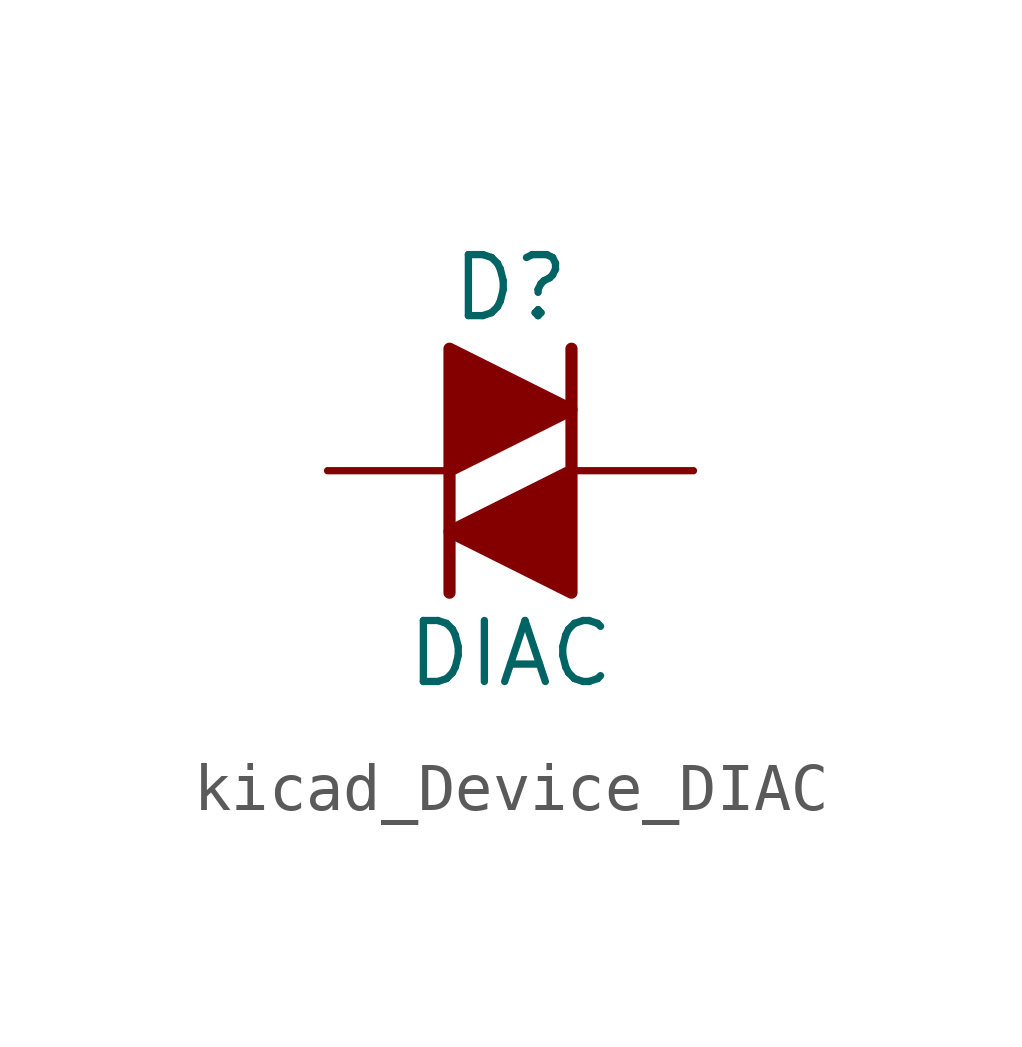
<source format=kicad_sym>
(kicad_symbol_lib
  (version 20220914)
  (generator kicad_symbol_editor)
  (symbol "kicad_Device_DIAC"
    (pin_numbers hide)
    (pin_names
      (offset 1.016) hide)
    (property "Reference" "D"
      (at 0 3.81 0)
      (effects (font (size 1.27 1.27))))
    (property "Value" "DIAC"
      (at 0 -3.81 0)
      (effects (font (size 1.27 1.27))))
    (symbol "kicad_Device_DIAC_0_1"
      (polyline (pts (xy -1.27 -2.54) (xy -1.27 2.54) (xy 1.27 1.27) (xy -1.27 0)) (stroke (width 0.254) (type default)) (fill (type outline)))
      (polyline (pts (xy 1.27 2.54) (xy 1.27 -2.54) (xy -1.27 -1.27) (xy 1.27 0)) (stroke (width 0.254) (type default)) (fill (type outline))))
    (symbol "kicad_Device_DIAC_1_1"
      (pin passive line (at -3.81 0 0) (length 2.54) (name "K" (effects (font (size 1.27 1.27)))) (number "1" (effects (font (size 1.27 1.27)))))
      (pin passive line (at 3.81 0 180) (length 2.54) (name "A" (effects (font (size 1.27 1.27)))) (number "2" (effects (font (size 1.27 1.27))))))))
</source>
